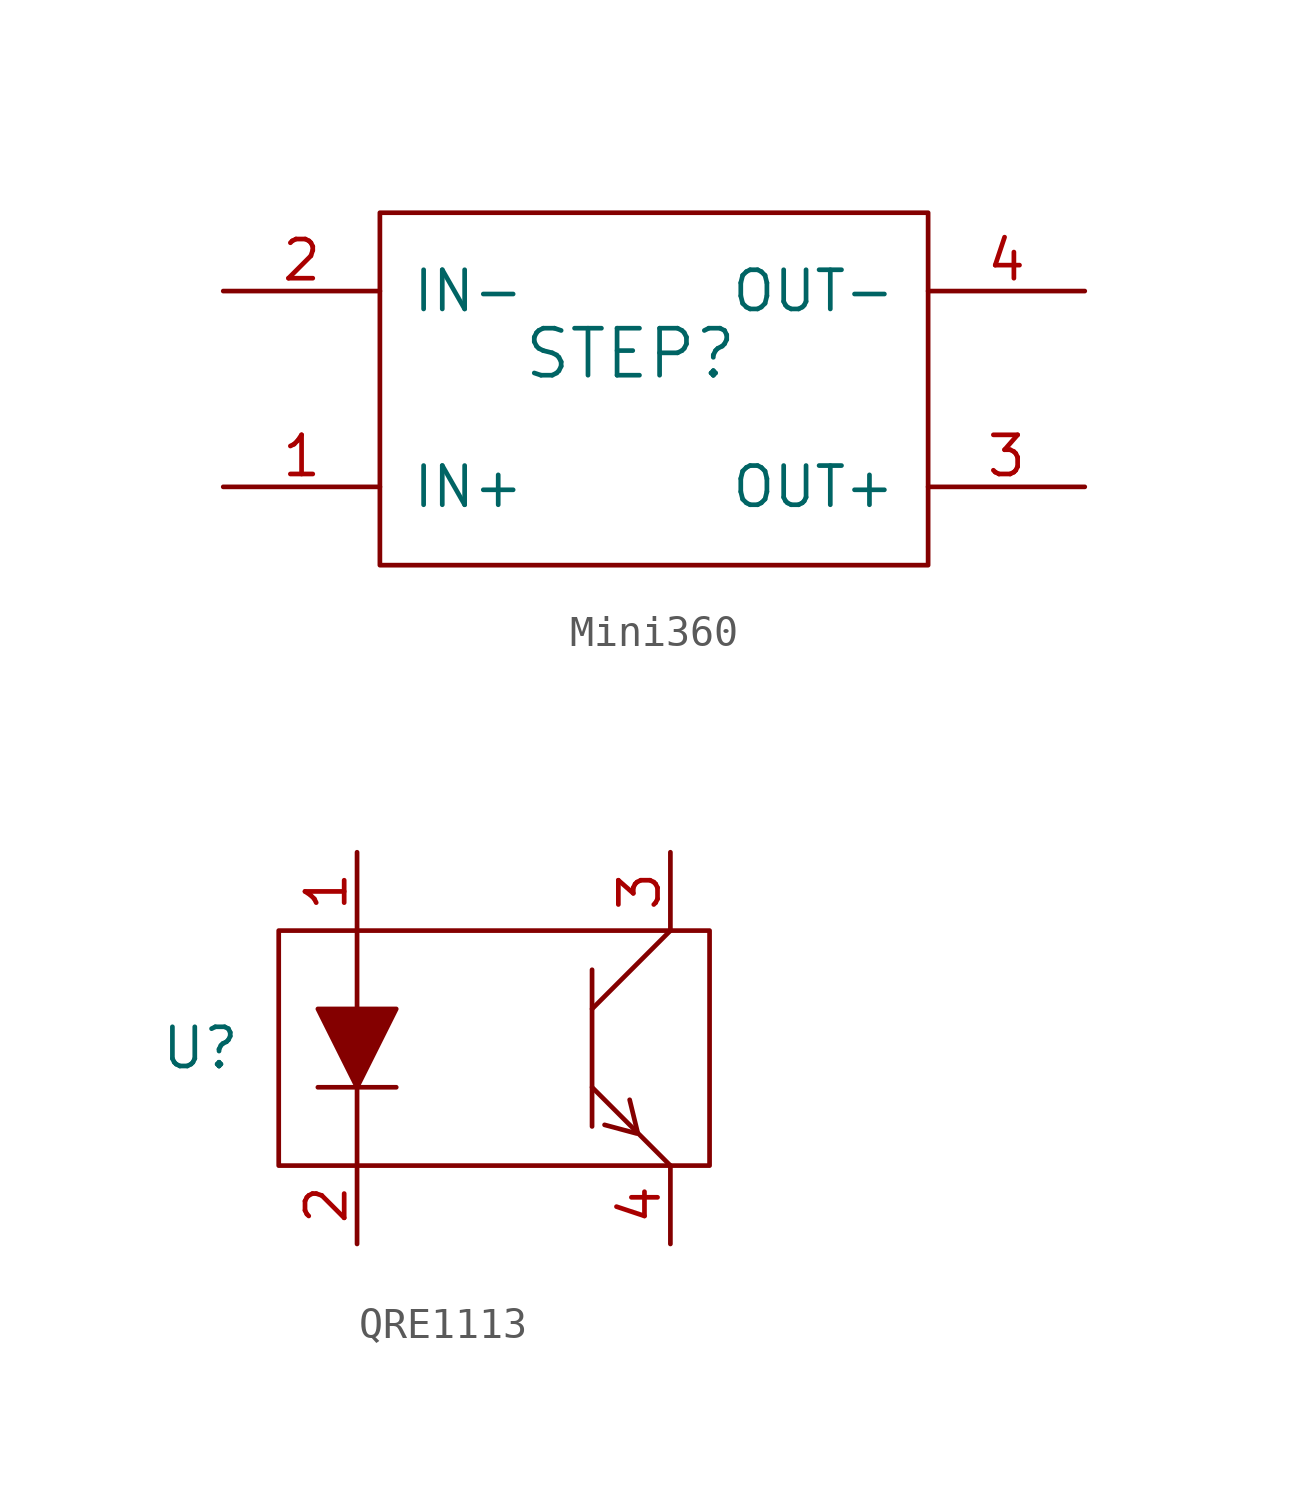
<source format=kicad_sym>
(kicad_symbol_lib
  (version 20241209)
  (generator "kicad_symbol_editor")
  (generator_version "9.0")
  (symbol "Mini360"
    (pin_names
      (offset 1.016))
    (property "Reference" "STEP"
      (at -0.762 1.778 0)
      (effects (font (size 1.524 1.524))))
    (property "Value" ""
      (at 0 7.62 0)
      (effects (font (size 1.524 1.524))))
    (symbol "Mini360_0_1"
      (rectangle (start -8.89 6.35) (end 8.89 -5.08) (stroke (width 0) (type solid)) (fill (type none))))
    (symbol "Mini360_1_1"
      (pin input line (at -13.97 3.81 0) (length 5.08) (name "IN-" (effects (font (size 1.27 1.27)))) (number "2" (effects (font (size 1.27 1.27)))))
      (pin power_in line (at -13.97 -2.54 0) (length 5.08) (name "IN+" (effects (font (size 1.27 1.27)))) (number "1" (effects (font (size 1.27 1.27)))))
      (pin output line (at 13.97 3.81 180) (length 5.08) (name "OUT-" (effects (font (size 1.27 1.27)))) (number "4" (effects (font (size 1.27 1.27)))))
      (pin power_in line (at 13.97 -2.54 180) (length 5.08) (name "OUT+" (effects (font (size 1.27 1.27)))) (number "3" (effects (font (size 1.27 1.27)))))))
  (symbol "QRE1113"
    (property "Reference" "U"
      (at -8.89 0 0)
      (effects (font (size 1.27 1.27))))
    (property "Value" ""
      (at 0 0 0)
      (effects (font (size 1.27 1.27))))
    (symbol "QRE1113_0_1"
      (rectangle (start -6.35 3.81) (end 7.62 -3.81) (stroke (width 0) (type solid)) (fill (type none)))
      (polyline (pts (xy -5.08 1.27) (xy -2.54 1.27) (xy -3.81 -1.27) (xy -5.08 1.27)) (stroke (width 0) (type solid)) (fill (type outline)))
      (polyline (pts (xy -5.08 -1.27) (xy -2.54 -1.27)) (stroke (width 0) (type solid)) (fill (type none)))
      (polyline (pts (xy -3.81 3.81) (xy -3.81 -3.81)) (stroke (width 0) (type solid)) (fill (type none)))
      (polyline (pts (xy 3.81 2.54) (xy 3.81 -2.54)) (stroke (width 0) (type solid)) (fill (type none)))
      (polyline (pts (xy 5.258 -2.769) (xy 4.216 -2.489)) (stroke (width 0) (type solid)) (fill (type none)))
      (polyline (pts (xy 5.283 -2.718) (xy 5.029 -1.676)) (stroke (width 0) (type solid)) (fill (type none)))
      (polyline (pts (xy 6.35 3.81) (xy 3.81 1.27)) (stroke (width 0) (type solid)) (fill (type none)))
      (polyline (pts (xy 6.35 -3.81) (xy 3.81 -1.27)) (stroke (width 0) (type solid)) (fill (type none))))
    (symbol "QRE1113_1_1"
      (pin input line (at -3.81 6.35 270) (length 2.54) (name "~" (effects (font (size 1.27 1.27)))) (number "1" (effects (font (size 1.27 1.27)))))
      (pin power_in line (at -3.81 -6.35 90) (length 2.54) (name "~" (effects (font (size 1.27 1.27)))) (number "2" (effects (font (size 1.27 1.27)))))
      (pin open_collector line (at 6.35 6.35 270) (length 2.54) (name "~" (effects (font (size 1.27 1.27)))) (number "3" (effects (font (size 1.27 1.27)))))
      (pin power_in line (at 6.35 -6.35 90) (length 2.54) (name "~" (effects (font (size 1.27 1.27)))) (number "4" (effects (font (size 1.27 1.27))))))))
</source>
